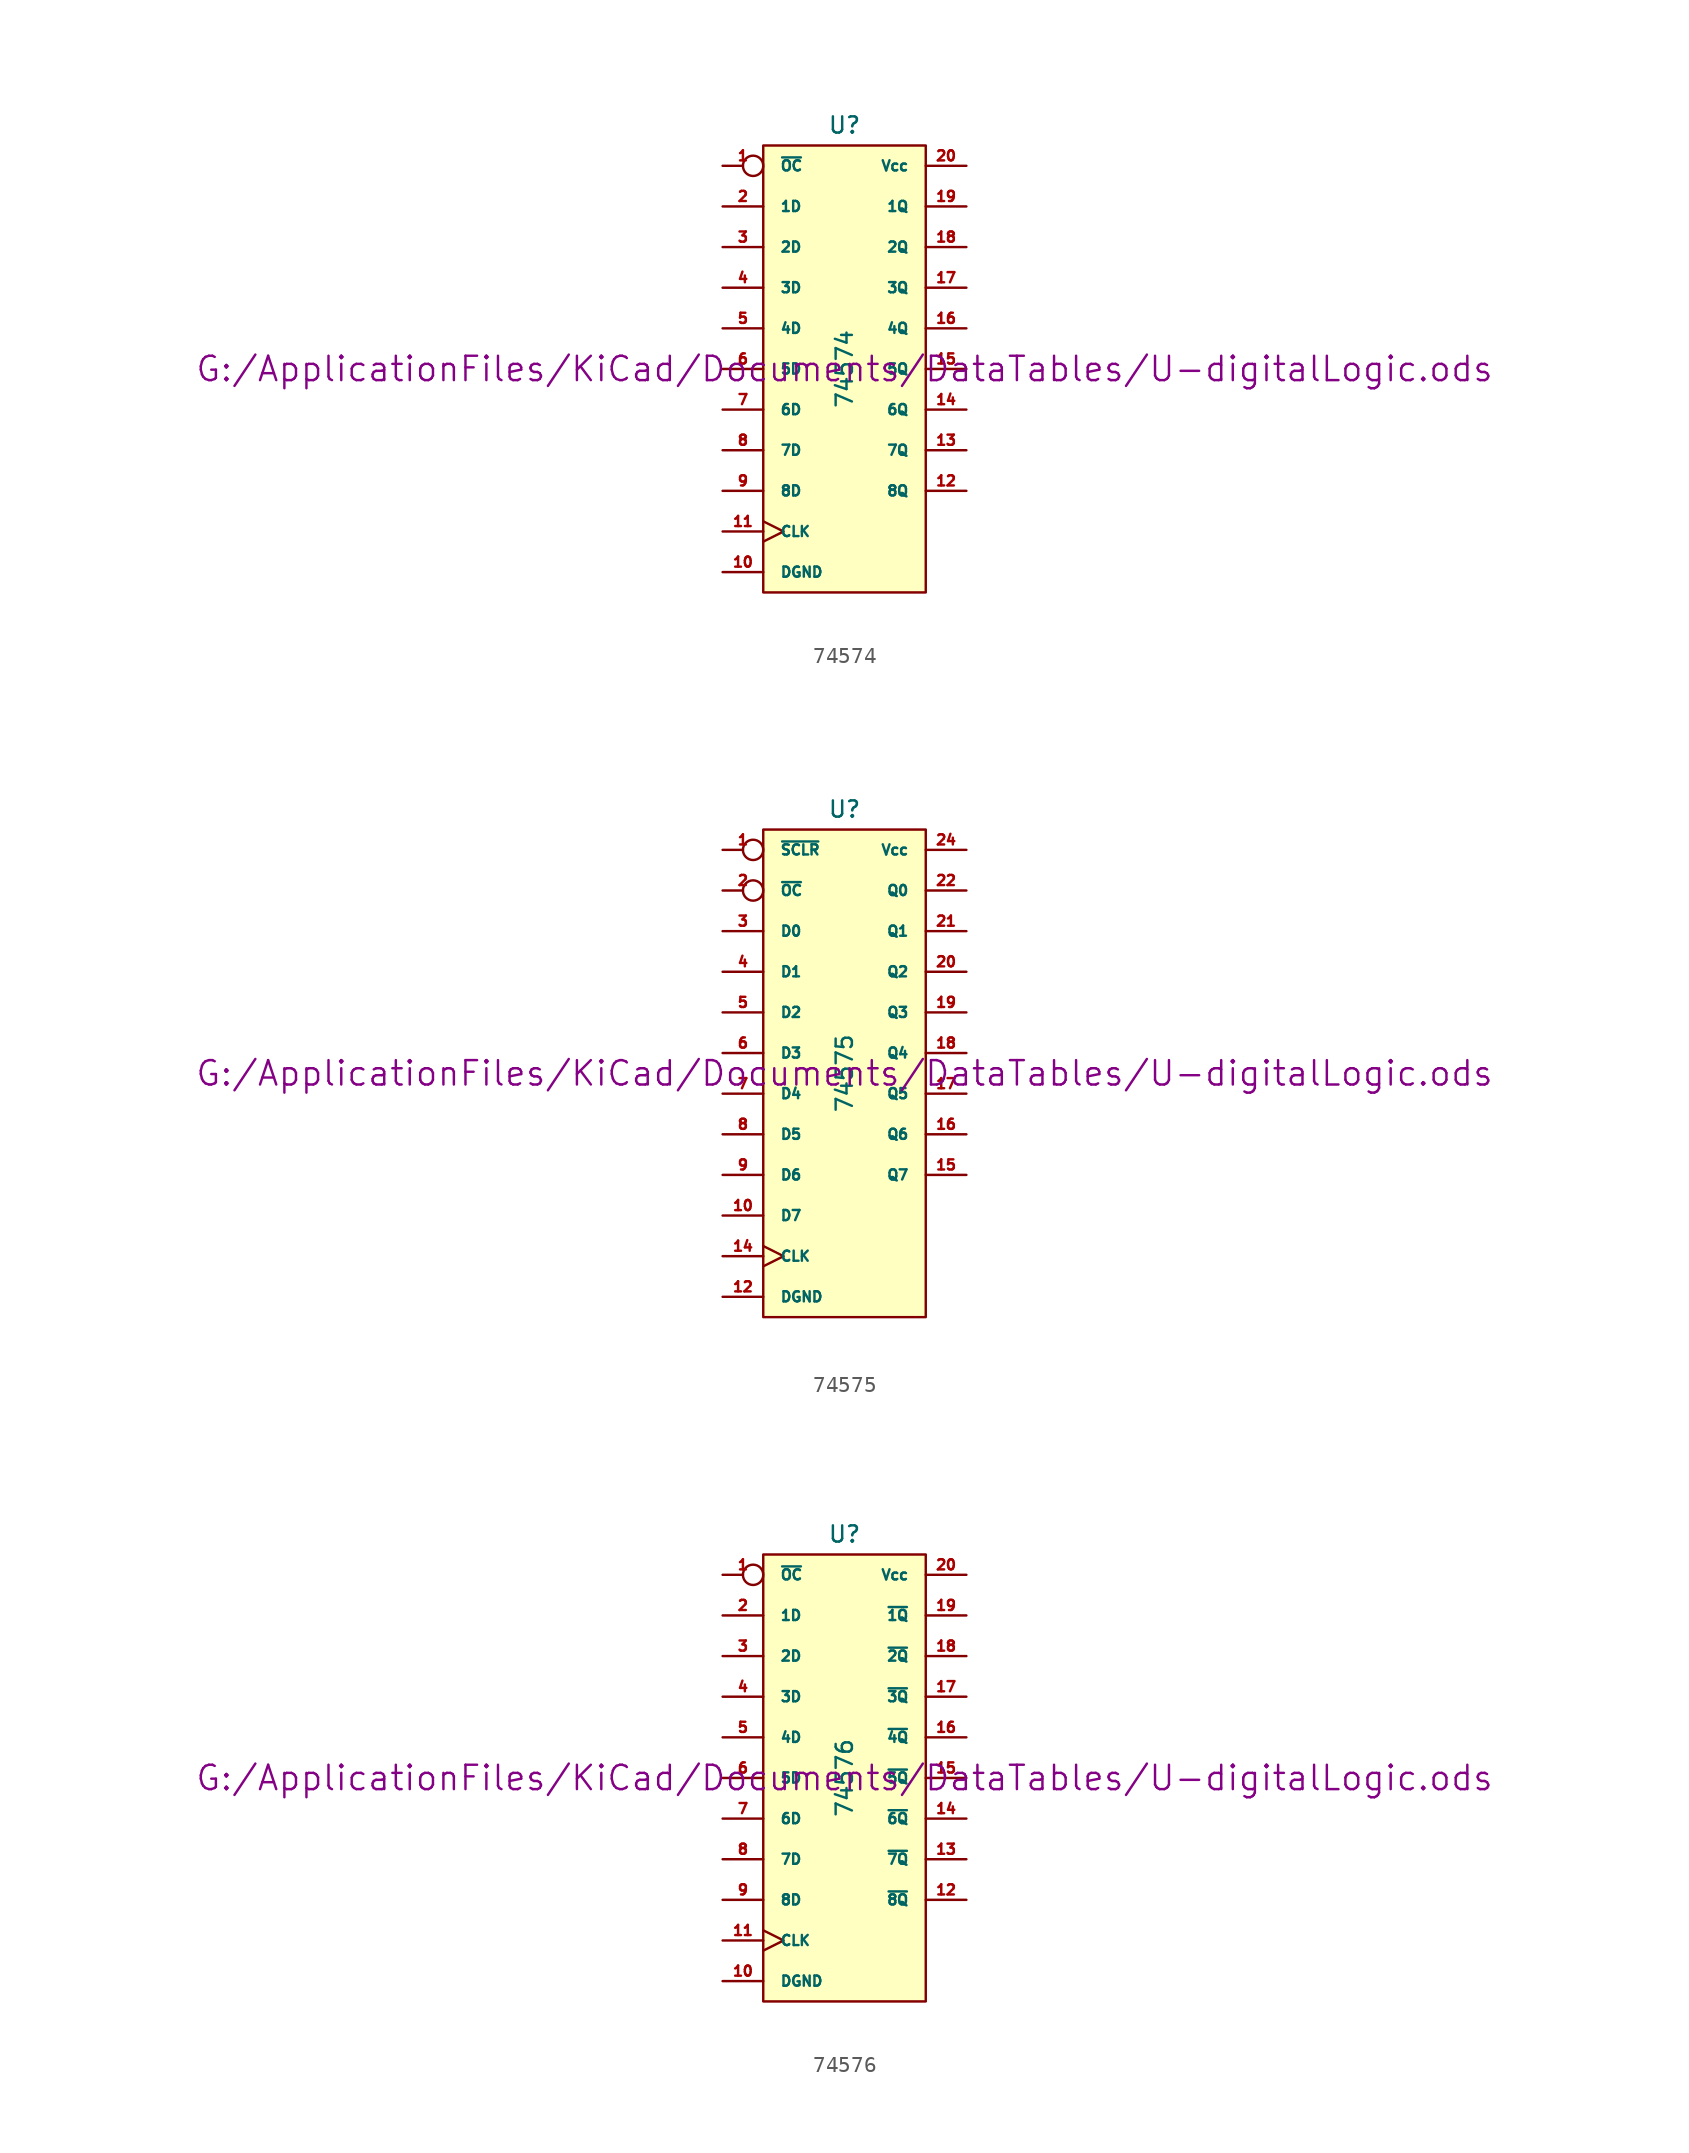
<source format=kicad_sym>
(kicad_symbol_lib
  (version 20211014)
  (generator kicad_symbol_editor)
  (symbol "74574"
    (pin_names
      (offset 1.016))
    (property "Reference" "U"
      (at 0 15.24 0)
      (effects (font (size 1.016 1.016))))
    (property "Value" "74574"
      (at 0 0 90)
      (effects (font (size 1.016 1.016))))
    (property "Footprint" ""
      (at 0 0 0)
      (effects (font (size 1.524 1.524))))
    (property "Datasheet" "G:/ApplicationFiles/KiCad/Documents/DataTables/U-digitalLogic.ods"
      (at 0 0 0)
      (effects (font (size 1.524 1.524))))
    (symbol "74574_0_1"
      (rectangle (start -5.08 13.97) (end 5.08 -13.97) (stroke (width 0) (type default) (color 0 0 0 0)) (fill (type background))))
    (symbol "74574_1_1"
      (pin input inverted (at -7.62 12.7 0) (length 2.54) (name "~{OC}" (effects (font (size 0.635 0.635)))) (number "1" (effects (font (size 0.635 0.635)))))
      (pin power_in line (at -7.62 -12.7 0) (length 2.54) (name "DGND" (effects (font (size 0.635 0.635)))) (number "10" (effects (font (size 0.635 0.635)))))
      (pin input clock (at -7.62 -10.16 0) (length 2.54) (name "CLK" (effects (font (size 0.635 0.635)))) (number "11" (effects (font (size 0.635 0.635)))))
      (pin tri_state line (at 7.62 -7.62 180) (length 2.54) (name "8Q" (effects (font (size 0.635 0.635)))) (number "12" (effects (font (size 0.635 0.635)))))
      (pin tri_state line (at 7.62 -5.08 180) (length 2.54) (name "7Q" (effects (font (size 0.635 0.635)))) (number "13" (effects (font (size 0.635 0.635)))))
      (pin tri_state line (at 7.62 -2.54 180) (length 2.54) (name "6Q" (effects (font (size 0.635 0.635)))) (number "14" (effects (font (size 0.635 0.635)))))
      (pin tri_state line (at 7.62 0 180) (length 2.54) (name "5Q" (effects (font (size 0.635 0.635)))) (number "15" (effects (font (size 0.635 0.635)))))
      (pin tri_state line (at 7.62 2.54 180) (length 2.54) (name "4Q" (effects (font (size 0.635 0.635)))) (number "16" (effects (font (size 0.635 0.635)))))
      (pin tri_state line (at 7.62 5.08 180) (length 2.54) (name "3Q" (effects (font (size 0.635 0.635)))) (number "17" (effects (font (size 0.635 0.635)))))
      (pin tri_state line (at 7.62 7.62 180) (length 2.54) (name "2Q" (effects (font (size 0.635 0.635)))) (number "18" (effects (font (size 0.635 0.635)))))
      (pin tri_state line (at 7.62 10.16 180) (length 2.54) (name "1Q" (effects (font (size 0.635 0.635)))) (number "19" (effects (font (size 0.635 0.635)))))
      (pin input line (at -7.62 10.16 0) (length 2.54) (name "1D" (effects (font (size 0.635 0.635)))) (number "2" (effects (font (size 0.635 0.635)))))
      (pin power_in line (at 7.62 12.7 180) (length 2.54) (name "Vcc" (effects (font (size 0.635 0.635)))) (number "20" (effects (font (size 0.635 0.635)))))
      (pin input line (at -7.62 7.62 0) (length 2.54) (name "2D" (effects (font (size 0.635 0.635)))) (number "3" (effects (font (size 0.635 0.635)))))
      (pin input line (at -7.62 5.08 0) (length 2.54) (name "3D" (effects (font (size 0.635 0.635)))) (number "4" (effects (font (size 0.635 0.635)))))
      (pin input line (at -7.62 2.54 0) (length 2.54) (name "4D" (effects (font (size 0.635 0.635)))) (number "5" (effects (font (size 0.635 0.635)))))
      (pin input line (at -7.62 0 0) (length 2.54) (name "5D" (effects (font (size 0.635 0.635)))) (number "6" (effects (font (size 0.635 0.635)))))
      (pin input line (at -7.62 -2.54 0) (length 2.54) (name "6D" (effects (font (size 0.635 0.635)))) (number "7" (effects (font (size 0.635 0.635)))))
      (pin input line (at -7.62 -5.08 0) (length 2.54) (name "7D" (effects (font (size 0.635 0.635)))) (number "8" (effects (font (size 0.635 0.635)))))
      (pin input line (at -7.62 -7.62 0) (length 2.54) (name "8D" (effects (font (size 0.635 0.635)))) (number "9" (effects (font (size 0.635 0.635)))))))
  (symbol "74575"
    (pin_names
      (offset 1.016))
    (property "Reference" "U"
      (at 0 16.51 0)
      (effects (font (size 1.016 1.016))))
    (property "Value" "74575"
      (at 0 0 90)
      (effects (font (size 1.016 1.016))))
    (property "Footprint" ""
      (at 0 0 0)
      (effects (font (size 1.524 1.524))))
    (property "Datasheet" "G:/ApplicationFiles/KiCad/Documents/DataTables/U-digitalLogic.ods"
      (at 0 0 0)
      (effects (font (size 1.524 1.524))))
    (symbol "74575_0_1"
      (rectangle (start -5.08 15.24) (end 5.08 -15.24) (stroke (width 0) (type default) (color 0 0 0 0)) (fill (type background))))
    (symbol "74575_1_1"
      (pin input inverted (at -7.62 13.97 0) (length 2.54) (name "~{SCLR}" (effects (font (size 0.635 0.635)))) (number "1" (effects (font (size 0.635 0.635)))))
      (pin input line (at -7.62 -8.89 0) (length 2.54) (name "D7" (effects (font (size 0.635 0.635)))) (number "10" (effects (font (size 0.635 0.635)))))
      (pin power_in line (at -7.62 -13.97 0) (length 2.54) (name "DGND" (effects (font (size 0.635 0.635)))) (number "12" (effects (font (size 0.635 0.635)))))
      (pin input clock (at -7.62 -11.43 0) (length 2.54) (name "CLK" (effects (font (size 0.635 0.635)))) (number "14" (effects (font (size 0.635 0.635)))))
      (pin tri_state line (at 7.62 -6.35 180) (length 2.54) (name "Q7" (effects (font (size 0.635 0.635)))) (number "15" (effects (font (size 0.635 0.635)))))
      (pin tri_state line (at 7.62 -3.81 180) (length 2.54) (name "Q6" (effects (font (size 0.635 0.635)))) (number "16" (effects (font (size 0.635 0.635)))))
      (pin tri_state line (at 7.62 -1.27 180) (length 2.54) (name "Q5" (effects (font (size 0.635 0.635)))) (number "17" (effects (font (size 0.635 0.635)))))
      (pin tri_state line (at 7.62 1.27 180) (length 2.54) (name "Q4" (effects (font (size 0.635 0.635)))) (number "18" (effects (font (size 0.635 0.635)))))
      (pin tri_state line (at 7.62 3.81 180) (length 2.54) (name "Q3" (effects (font (size 0.635 0.635)))) (number "19" (effects (font (size 0.635 0.635)))))
      (pin input inverted (at -7.62 11.43 0) (length 2.54) (name "~{OC}" (effects (font (size 0.635 0.635)))) (number "2" (effects (font (size 0.635 0.635)))))
      (pin tri_state line (at 7.62 6.35 180) (length 2.54) (name "Q2" (effects (font (size 0.635 0.635)))) (number "20" (effects (font (size 0.635 0.635)))))
      (pin tri_state line (at 7.62 8.89 180) (length 2.54) (name "Q1" (effects (font (size 0.635 0.635)))) (number "21" (effects (font (size 0.635 0.635)))))
      (pin tri_state line (at 7.62 11.43 180) (length 2.54) (name "Q0" (effects (font (size 0.635 0.635)))) (number "22" (effects (font (size 0.635 0.635)))))
      (pin power_in line (at 7.62 13.97 180) (length 2.54) (name "Vcc" (effects (font (size 0.635 0.635)))) (number "24" (effects (font (size 0.635 0.635)))))
      (pin input line (at -7.62 8.89 0) (length 2.54) (name "D0" (effects (font (size 0.635 0.635)))) (number "3" (effects (font (size 0.635 0.635)))))
      (pin input line (at -7.62 6.35 0) (length 2.54) (name "D1" (effects (font (size 0.635 0.635)))) (number "4" (effects (font (size 0.635 0.635)))))
      (pin input line (at -7.62 3.81 0) (length 2.54) (name "D2" (effects (font (size 0.635 0.635)))) (number "5" (effects (font (size 0.635 0.635)))))
      (pin input line (at -7.62 1.27 0) (length 2.54) (name "D3" (effects (font (size 0.635 0.635)))) (number "6" (effects (font (size 0.635 0.635)))))
      (pin input line (at -7.62 -1.27 0) (length 2.54) (name "D4" (effects (font (size 0.635 0.635)))) (number "7" (effects (font (size 0.635 0.635)))))
      (pin input line (at -7.62 -3.81 0) (length 2.54) (name "D5" (effects (font (size 0.635 0.635)))) (number "8" (effects (font (size 0.635 0.635)))))
      (pin input line (at -7.62 -6.35 0) (length 2.54) (name "D6" (effects (font (size 0.635 0.635)))) (number "9" (effects (font (size 0.635 0.635)))))))
  (symbol "74576"
    (pin_names
      (offset 1.016))
    (property "Reference" "U"
      (at 0 15.24 0)
      (effects (font (size 1.016 1.016))))
    (property "Value" "74576"
      (at 0 0 90)
      (effects (font (size 1.016 1.016))))
    (property "Footprint" ""
      (at 0 0 0)
      (effects (font (size 1.524 1.524))))
    (property "Datasheet" "G:/ApplicationFiles/KiCad/Documents/DataTables/U-digitalLogic.ods"
      (at 0 0 0)
      (effects (font (size 1.524 1.524))))
    (symbol "74576_0_1"
      (rectangle (start -5.08 13.97) (end 5.08 -13.97) (stroke (width 0) (type default) (color 0 0 0 0)) (fill (type background))))
    (symbol "74576_1_1"
      (pin input inverted (at -7.62 12.7 0) (length 2.54) (name "~{OC}" (effects (font (size 0.635 0.635)))) (number "1" (effects (font (size 0.635 0.635)))))
      (pin power_in line (at -7.62 -12.7 0) (length 2.54) (name "DGND" (effects (font (size 0.635 0.635)))) (number "10" (effects (font (size 0.635 0.635)))))
      (pin input clock (at -7.62 -10.16 0) (length 2.54) (name "CLK" (effects (font (size 0.635 0.635)))) (number "11" (effects (font (size 0.635 0.635)))))
      (pin tri_state line (at 7.62 -7.62 180) (length 2.54) (name "~{8Q}" (effects (font (size 0.635 0.635)))) (number "12" (effects (font (size 0.635 0.635)))))
      (pin tri_state line (at 7.62 -5.08 180) (length 2.54) (name "~{7Q}" (effects (font (size 0.635 0.635)))) (number "13" (effects (font (size 0.635 0.635)))))
      (pin tri_state line (at 7.62 -2.54 180) (length 2.54) (name "~{6Q}" (effects (font (size 0.635 0.635)))) (number "14" (effects (font (size 0.635 0.635)))))
      (pin tri_state line (at 7.62 0 180) (length 2.54) (name "~{5Q}" (effects (font (size 0.635 0.635)))) (number "15" (effects (font (size 0.635 0.635)))))
      (pin tri_state line (at 7.62 2.54 180) (length 2.54) (name "~{4Q}" (effects (font (size 0.635 0.635)))) (number "16" (effects (font (size 0.635 0.635)))))
      (pin tri_state line (at 7.62 5.08 180) (length 2.54) (name "~{3Q}" (effects (font (size 0.635 0.635)))) (number "17" (effects (font (size 0.635 0.635)))))
      (pin tri_state line (at 7.62 7.62 180) (length 2.54) (name "~{2Q}" (effects (font (size 0.635 0.635)))) (number "18" (effects (font (size 0.635 0.635)))))
      (pin tri_state line (at 7.62 10.16 180) (length 2.54) (name "~{1Q}" (effects (font (size 0.635 0.635)))) (number "19" (effects (font (size 0.635 0.635)))))
      (pin input line (at -7.62 10.16 0) (length 2.54) (name "1D" (effects (font (size 0.635 0.635)))) (number "2" (effects (font (size 0.635 0.635)))))
      (pin power_in line (at 7.62 12.7 180) (length 2.54) (name "Vcc" (effects (font (size 0.635 0.635)))) (number "20" (effects (font (size 0.635 0.635)))))
      (pin input line (at -7.62 7.62 0) (length 2.54) (name "2D" (effects (font (size 0.635 0.635)))) (number "3" (effects (font (size 0.635 0.635)))))
      (pin input line (at -7.62 5.08 0) (length 2.54) (name "3D" (effects (font (size 0.635 0.635)))) (number "4" (effects (font (size 0.635 0.635)))))
      (pin input line (at -7.62 2.54 0) (length 2.54) (name "4D" (effects (font (size 0.635 0.635)))) (number "5" (effects (font (size 0.635 0.635)))))
      (pin input line (at -7.62 0 0) (length 2.54) (name "5D" (effects (font (size 0.635 0.635)))) (number "6" (effects (font (size 0.635 0.635)))))
      (pin input line (at -7.62 -2.54 0) (length 2.54) (name "6D" (effects (font (size 0.635 0.635)))) (number "7" (effects (font (size 0.635 0.635)))))
      (pin input line (at -7.62 -5.08 0) (length 2.54) (name "7D" (effects (font (size 0.635 0.635)))) (number "8" (effects (font (size 0.635 0.635)))))
      (pin input line (at -7.62 -7.62 0) (length 2.54) (name "8D" (effects (font (size 0.635 0.635)))) (number "9" (effects (font (size 0.635 0.635))))))))
</source>
